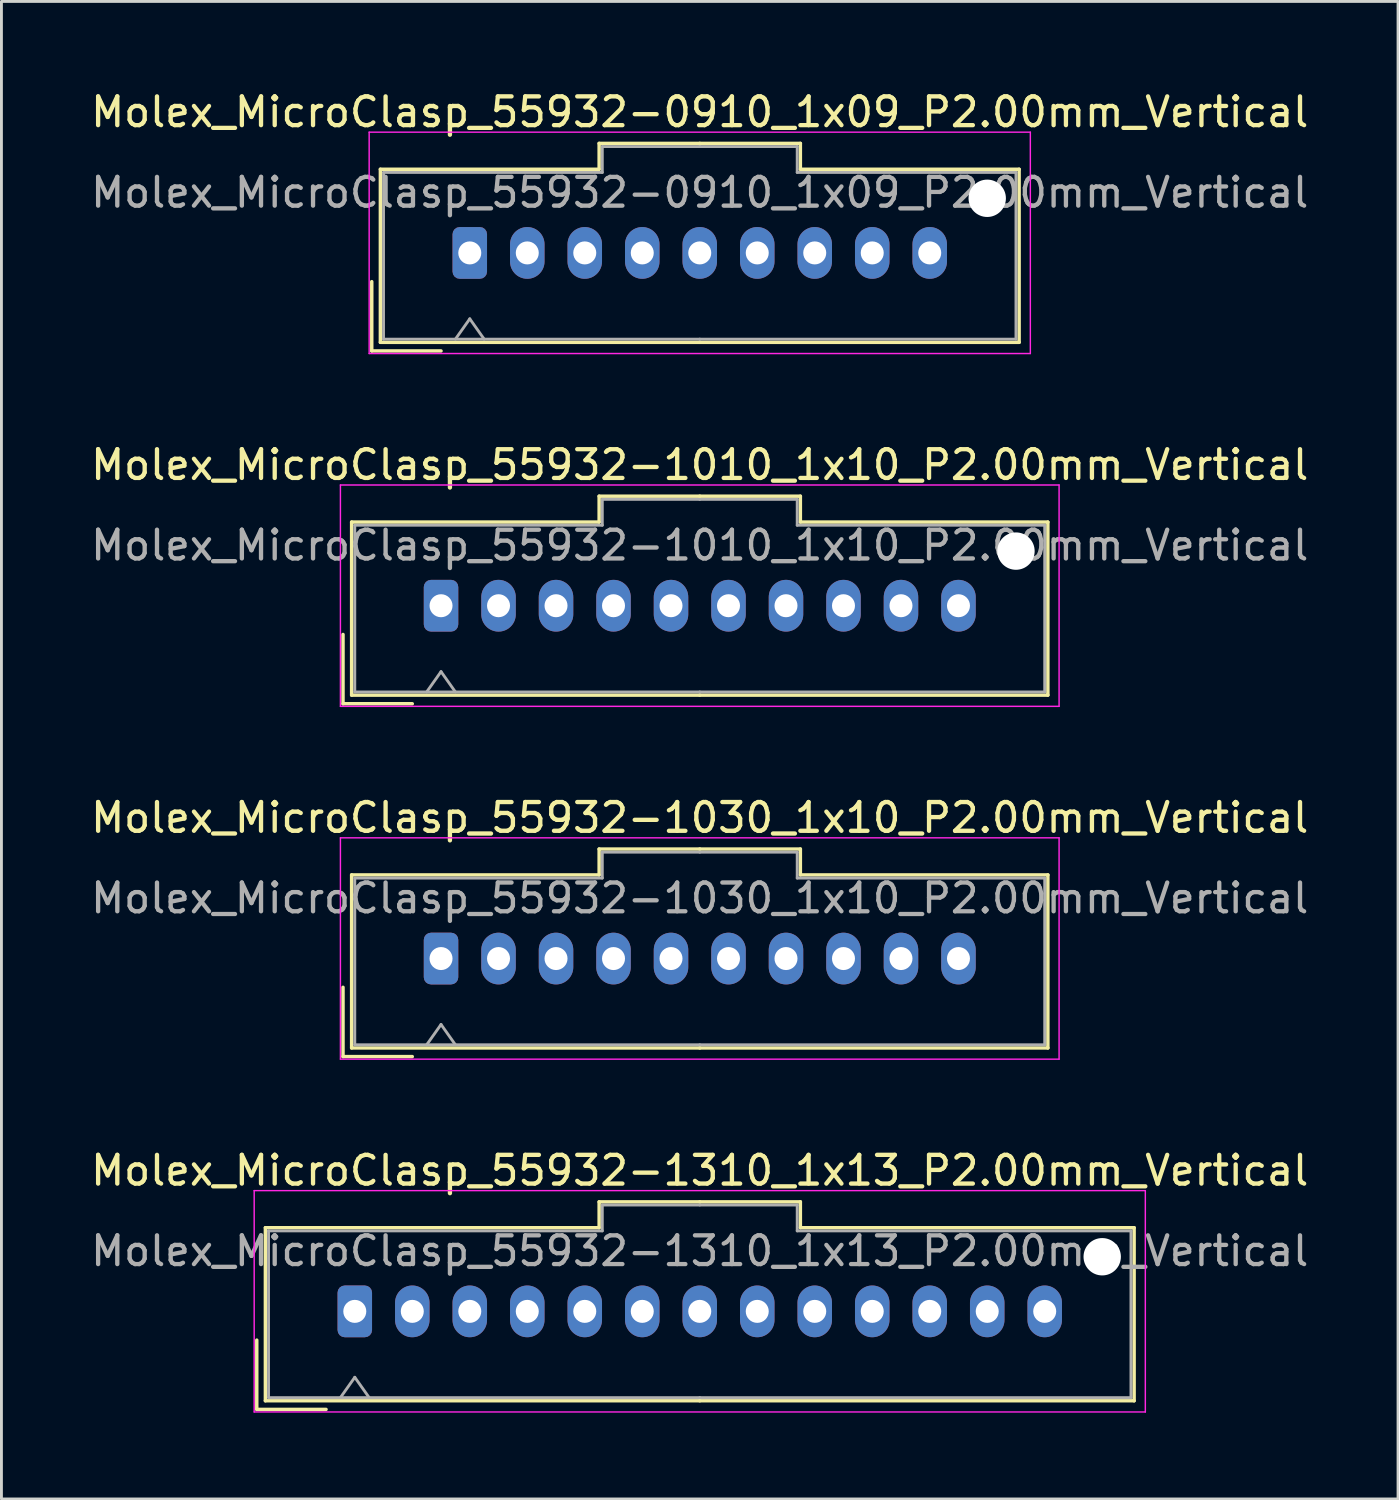
<source format=kicad_pcb>
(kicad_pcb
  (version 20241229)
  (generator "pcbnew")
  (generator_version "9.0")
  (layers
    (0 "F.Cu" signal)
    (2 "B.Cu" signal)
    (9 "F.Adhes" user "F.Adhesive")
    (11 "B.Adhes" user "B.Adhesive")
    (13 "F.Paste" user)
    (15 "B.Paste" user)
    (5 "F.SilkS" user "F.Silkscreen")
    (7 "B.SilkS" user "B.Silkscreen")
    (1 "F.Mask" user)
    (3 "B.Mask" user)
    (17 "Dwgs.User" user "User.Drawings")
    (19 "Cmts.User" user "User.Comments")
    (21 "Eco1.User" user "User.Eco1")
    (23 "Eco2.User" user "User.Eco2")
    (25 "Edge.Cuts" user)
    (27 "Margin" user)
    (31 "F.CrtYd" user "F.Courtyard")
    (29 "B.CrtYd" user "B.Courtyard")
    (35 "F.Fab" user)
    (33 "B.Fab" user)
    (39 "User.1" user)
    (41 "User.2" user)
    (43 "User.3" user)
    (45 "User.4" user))
  (footprint "Molex_MicroClasp_55932-0910_1x09_P2.00mm_Vertical"
    (layer "F.Cu")
    (at 13.292 5.748)
    (property "Reference" "Molex_MicroClasp_55932-0910_1x09_P2.00mm_Vertical" (at 8 -4.9 0) (layer "F.SilkS") (effects (font (size 1 1) (thickness 0.15))))
    (attr through_hole)
    (fp_line (start -3.41 1) (end -3.41 3.41) (stroke (width 0.12) (type solid)) (layer "F.SilkS"))
    (fp_line (start -3.41 3.41) (end -1 3.41) (stroke (width 0.12) (type solid)) (layer "F.SilkS"))
    (fp_line (start -3.11 -2.91) (end -3.11 3.11) (stroke (width 0.12) (type solid)) (layer "F.SilkS"))
    (fp_line (start -3.11 3.11) (end 8 3.11) (stroke (width 0.12) (type solid)) (layer "F.SilkS"))
    (fp_line (start 4.5 -3.81) (end 4.5 -2.91) (stroke (width 0.12) (type solid)) (layer "F.SilkS"))
    (fp_line (start 4.5 -2.91) (end -3.11 -2.91) (stroke (width 0.12) (type solid)) (layer "F.SilkS"))
    (fp_line (start 8 -3.81) (end 4.5 -3.81) (stroke (width 0.12) (type solid)) (layer "F.SilkS"))
    (fp_line (start 8 -3.81) (end 11.5 -3.81) (stroke (width 0.12) (type solid)) (layer "F.SilkS"))
    (fp_line (start 11.5 -3.81) (end 11.5 -2.91) (stroke (width 0.12) (type solid)) (layer "F.SilkS"))
    (fp_line (start 11.5 -2.91) (end 19.11 -2.91) (stroke (width 0.12) (type solid)) (layer "F.SilkS"))
    (fp_line (start 19.11 -2.91) (end 19.11 3.11) (stroke (width 0.12) (type solid)) (layer "F.SilkS"))
    (fp_line (start 19.11 3.11) (end 8 3.11) (stroke (width 0.12) (type solid)) (layer "F.SilkS"))
    (fp_line (start -3.5 -4.2) (end -3.5 3.5) (stroke (width 0.05) (type solid)) (layer "F.CrtYd"))
    (fp_line (start -3.5 3.5) (end 19.5 3.5) (stroke (width 0.05) (type solid)) (layer "F.CrtYd"))
    (fp_line (start 19.5 -4.2) (end -3.5 -4.2) (stroke (width 0.05) (type solid)) (layer "F.CrtYd"))
    (fp_line (start 19.5 3.5) (end 19.5 -4.2) (stroke (width 0.05) (type solid)) (layer "F.CrtYd"))
    (fp_line (start -3 -2.8) (end -3 3) (stroke (width 0.1) (type solid)) (layer "F.Fab"))
    (fp_line (start -3 3) (end 8 3) (stroke (width 0.1) (type solid)) (layer "F.Fab"))
    (fp_line (start -0.5 3) (end 0 2.293) (stroke (width 0.1) (type solid)) (layer "F.Fab"))
    (fp_line (start 0 2.293) (end 0.5 3) (stroke (width 0.1) (type solid)) (layer "F.Fab"))
    (fp_line (start 4.61 -3.7) (end 4.61 -2.8) (stroke (width 0.1) (type solid)) (layer "F.Fab"))
    (fp_line (start 4.61 -2.8) (end -3 -2.8) (stroke (width 0.1) (type solid)) (layer "F.Fab"))
    (fp_line (start 8 -3.7) (end 4.61 -3.7) (stroke (width 0.1) (type solid)) (layer "F.Fab"))
    (fp_line (start 8 -3.7) (end 11.39 -3.7) (stroke (width 0.1) (type solid)) (layer "F.Fab"))
    (fp_line (start 11.39 -3.7) (end 11.39 -2.8) (stroke (width 0.1) (type solid)) (layer "F.Fab"))
    (fp_line (start 11.39 -2.8) (end 19 -2.8) (stroke (width 0.1) (type solid)) (layer "F.Fab"))
    (fp_line (start 19 -2.8) (end 19 3) (stroke (width 0.1) (type solid)) (layer "F.Fab"))
    (fp_line (start 19 3) (end 8 3) (stroke (width 0.1) (type solid)) (layer "F.Fab"))
    (fp_text user "${REFERENCE}" (at 8 -2.1 0) (layer "F.Fab") (effects (font (size 1 1) (thickness 0.15))))
    (pad "" np_thru_hole circle (at 18 -1.9) (size 1.3 1.3) (drill 1.3) (layers "*.Cu" "*.Mask"))
    (pad "1" thru_hole roundrect (at 0 0) (size 1.2 1.8) (drill 0.8) (layers "*.Cu" "*.Mask") (roundrect_rratio 0.208))
    (pad "2" thru_hole oval (at 2 0) (size 1.2 1.8) (drill 0.8) (layers "*.Cu" "*.Mask"))
    (pad "3" thru_hole oval (at 4 0) (size 1.2 1.8) (drill 0.8) (layers "*.Cu" "*.Mask"))
    (pad "4" thru_hole oval (at 6 0) (size 1.2 1.8) (drill 0.8) (layers "*.Cu" "*.Mask"))
    (pad "5" thru_hole oval (at 8 0) (size 1.2 1.8) (drill 0.8) (layers "*.Cu" "*.Mask"))
    (pad "6" thru_hole oval (at 10 0) (size 1.2 1.8) (drill 0.8) (layers "*.Cu" "*.Mask"))
    (pad "7" thru_hole oval (at 12 0) (size 1.2 1.8) (drill 0.8) (layers "*.Cu" "*.Mask"))
    (pad "8" thru_hole oval (at 14 0) (size 1.2 1.8) (drill 0.8) (layers "*.Cu" "*.Mask"))
    (pad "9" thru_hole oval (at 16 0) (size 1.2 1.8) (drill 0.8) (layers "*.Cu" "*.Mask")))
  (footprint "Molex_MicroClasp_55932-1010_1x10_P2.00mm_Vertical"
    (layer "F.Cu")
    (at 12.292 18.021)
    (property "Reference" "Molex_MicroClasp_55932-1010_1x10_P2.00mm_Vertical" (at 9 -4.9 0) (layer "F.SilkS") (effects (font (size 1 1) (thickness 0.15))))
    (attr through_hole)
    (fp_line (start -3.41 1) (end -3.41 3.41) (stroke (width 0.12) (type solid)) (layer "F.SilkS"))
    (fp_line (start -3.41 3.41) (end -1 3.41) (stroke (width 0.12) (type solid)) (layer "F.SilkS"))
    (fp_line (start -3.11 -2.91) (end -3.11 3.11) (stroke (width 0.12) (type solid)) (layer "F.SilkS"))
    (fp_line (start -3.11 3.11) (end 9 3.11) (stroke (width 0.12) (type solid)) (layer "F.SilkS"))
    (fp_line (start 5.5 -3.81) (end 5.5 -2.91) (stroke (width 0.12) (type solid)) (layer "F.SilkS"))
    (fp_line (start 5.5 -2.91) (end -3.11 -2.91) (stroke (width 0.12) (type solid)) (layer "F.SilkS"))
    (fp_line (start 9 -3.81) (end 5.5 -3.81) (stroke (width 0.12) (type solid)) (layer "F.SilkS"))
    (fp_line (start 9 -3.81) (end 12.5 -3.81) (stroke (width 0.12) (type solid)) (layer "F.SilkS"))
    (fp_line (start 12.5 -3.81) (end 12.5 -2.91) (stroke (width 0.12) (type solid)) (layer "F.SilkS"))
    (fp_line (start 12.5 -2.91) (end 21.11 -2.91) (stroke (width 0.12) (type solid)) (layer "F.SilkS"))
    (fp_line (start 21.11 -2.91) (end 21.11 3.11) (stroke (width 0.12) (type solid)) (layer "F.SilkS"))
    (fp_line (start 21.11 3.11) (end 9 3.11) (stroke (width 0.12) (type solid)) (layer "F.SilkS"))
    (fp_line (start -3.5 -4.2) (end -3.5 3.5) (stroke (width 0.05) (type solid)) (layer "F.CrtYd"))
    (fp_line (start -3.5 3.5) (end 21.5 3.5) (stroke (width 0.05) (type solid)) (layer "F.CrtYd"))
    (fp_line (start 21.5 -4.2) (end -3.5 -4.2) (stroke (width 0.05) (type solid)) (layer "F.CrtYd"))
    (fp_line (start 21.5 3.5) (end 21.5 -4.2) (stroke (width 0.05) (type solid)) (layer "F.CrtYd"))
    (fp_line (start -3 -2.8) (end -3 3) (stroke (width 0.1) (type solid)) (layer "F.Fab"))
    (fp_line (start -3 3) (end 9 3) (stroke (width 0.1) (type solid)) (layer "F.Fab"))
    (fp_line (start -0.5 3) (end 0 2.293) (stroke (width 0.1) (type solid)) (layer "F.Fab"))
    (fp_line (start 0 2.293) (end 0.5 3) (stroke (width 0.1) (type solid)) (layer "F.Fab"))
    (fp_line (start 5.61 -3.7) (end 5.61 -2.8) (stroke (width 0.1) (type solid)) (layer "F.Fab"))
    (fp_line (start 5.61 -2.8) (end -3 -2.8) (stroke (width 0.1) (type solid)) (layer "F.Fab"))
    (fp_line (start 9 -3.7) (end 5.61 -3.7) (stroke (width 0.1) (type solid)) (layer "F.Fab"))
    (fp_line (start 9 -3.7) (end 12.39 -3.7) (stroke (width 0.1) (type solid)) (layer "F.Fab"))
    (fp_line (start 12.39 -3.7) (end 12.39 -2.8) (stroke (width 0.1) (type solid)) (layer "F.Fab"))
    (fp_line (start 12.39 -2.8) (end 21 -2.8) (stroke (width 0.1) (type solid)) (layer "F.Fab"))
    (fp_line (start 21 -2.8) (end 21 3) (stroke (width 0.1) (type solid)) (layer "F.Fab"))
    (fp_line (start 21 3) (end 9 3) (stroke (width 0.1) (type solid)) (layer "F.Fab"))
    (fp_text user "${REFERENCE}" (at 9 -2.1 0) (layer "F.Fab") (effects (font (size 1 1) (thickness 0.15))))
    (pad "" np_thru_hole circle (at 20 -1.9) (size 1.3 1.3) (drill 1.3) (layers "*.Cu" "*.Mask"))
    (pad "1" thru_hole roundrect (at 0 0) (size 1.2 1.8) (drill 0.8) (layers "*.Cu" "*.Mask") (roundrect_rratio 0.208))
    (pad "2" thru_hole oval (at 2 0) (size 1.2 1.8) (drill 0.8) (layers "*.Cu" "*.Mask"))
    (pad "3" thru_hole oval (at 4 0) (size 1.2 1.8) (drill 0.8) (layers "*.Cu" "*.Mask"))
    (pad "4" thru_hole oval (at 6 0) (size 1.2 1.8) (drill 0.8) (layers "*.Cu" "*.Mask"))
    (pad "5" thru_hole oval (at 8 0) (size 1.2 1.8) (drill 0.8) (layers "*.Cu" "*.Mask"))
    (pad "6" thru_hole oval (at 10 0) (size 1.2 1.8) (drill 0.8) (layers "*.Cu" "*.Mask"))
    (pad "7" thru_hole oval (at 12 0) (size 1.2 1.8) (drill 0.8) (layers "*.Cu" "*.Mask"))
    (pad "8" thru_hole oval (at 14 0) (size 1.2 1.8) (drill 0.8) (layers "*.Cu" "*.Mask"))
    (pad "9" thru_hole oval (at 16 0) (size 1.2 1.8) (drill 0.8) (layers "*.Cu" "*.Mask"))
    (pad "10" thru_hole oval (at 18 0) (size 1.2 1.8) (drill 0.8) (layers "*.Cu" "*.Mask")))
  (footprint "Molex_MicroClasp_55932-1030_1x10_P2.00mm_Vertical"
    (layer "F.Cu")
    (at 12.292 30.295)
    (property "Reference" "Molex_MicroClasp_55932-1030_1x10_P2.00mm_Vertical" (at 9 -4.9 0) (layer "F.SilkS") (effects (font (size 1 1) (thickness 0.15))))
    (attr through_hole)
    (fp_line (start -3.41 1) (end -3.41 3.41) (stroke (width 0.12) (type solid)) (layer "F.SilkS"))
    (fp_line (start -3.41 3.41) (end -1 3.41) (stroke (width 0.12) (type solid)) (layer "F.SilkS"))
    (fp_line (start -3.11 -2.91) (end -3.11 3.11) (stroke (width 0.12) (type solid)) (layer "F.SilkS"))
    (fp_line (start -3.11 3.11) (end 9 3.11) (stroke (width 0.12) (type solid)) (layer "F.SilkS"))
    (fp_line (start 5.5 -3.81) (end 5.5 -2.91) (stroke (width 0.12) (type solid)) (layer "F.SilkS"))
    (fp_line (start 5.5 -2.91) (end -3.11 -2.91) (stroke (width 0.12) (type solid)) (layer "F.SilkS"))
    (fp_line (start 9 -3.81) (end 5.5 -3.81) (stroke (width 0.12) (type solid)) (layer "F.SilkS"))
    (fp_line (start 9 -3.81) (end 12.5 -3.81) (stroke (width 0.12) (type solid)) (layer "F.SilkS"))
    (fp_line (start 12.5 -3.81) (end 12.5 -2.91) (stroke (width 0.12) (type solid)) (layer "F.SilkS"))
    (fp_line (start 12.5 -2.91) (end 21.11 -2.91) (stroke (width 0.12) (type solid)) (layer "F.SilkS"))
    (fp_line (start 21.11 -2.91) (end 21.11 3.11) (stroke (width 0.12) (type solid)) (layer "F.SilkS"))
    (fp_line (start 21.11 3.11) (end 9 3.11) (stroke (width 0.12) (type solid)) (layer "F.SilkS"))
    (fp_line (start -3.5 -4.2) (end -3.5 3.5) (stroke (width 0.05) (type solid)) (layer "F.CrtYd"))
    (fp_line (start -3.5 3.5) (end 21.5 3.5) (stroke (width 0.05) (type solid)) (layer "F.CrtYd"))
    (fp_line (start 21.5 -4.2) (end -3.5 -4.2) (stroke (width 0.05) (type solid)) (layer "F.CrtYd"))
    (fp_line (start 21.5 3.5) (end 21.5 -4.2) (stroke (width 0.05) (type solid)) (layer "F.CrtYd"))
    (fp_line (start -3 -2.8) (end -3 3) (stroke (width 0.1) (type solid)) (layer "F.Fab"))
    (fp_line (start -3 3) (end 9 3) (stroke (width 0.1) (type solid)) (layer "F.Fab"))
    (fp_line (start -0.5 3) (end 0 2.293) (stroke (width 0.1) (type solid)) (layer "F.Fab"))
    (fp_line (start 0 2.293) (end 0.5 3) (stroke (width 0.1) (type solid)) (layer "F.Fab"))
    (fp_line (start 5.61 -3.7) (end 5.61 -2.8) (stroke (width 0.1) (type solid)) (layer "F.Fab"))
    (fp_line (start 5.61 -2.8) (end -3 -2.8) (stroke (width 0.1) (type solid)) (layer "F.Fab"))
    (fp_line (start 9 -3.7) (end 5.61 -3.7) (stroke (width 0.1) (type solid)) (layer "F.Fab"))
    (fp_line (start 9 -3.7) (end 12.39 -3.7) (stroke (width 0.1) (type solid)) (layer "F.Fab"))
    (fp_line (start 12.39 -3.7) (end 12.39 -2.8) (stroke (width 0.1) (type solid)) (layer "F.Fab"))
    (fp_line (start 12.39 -2.8) (end 21 -2.8) (stroke (width 0.1) (type solid)) (layer "F.Fab"))
    (fp_line (start 21 -2.8) (end 21 3) (stroke (width 0.1) (type solid)) (layer "F.Fab"))
    (fp_line (start 21 3) (end 9 3) (stroke (width 0.1) (type solid)) (layer "F.Fab"))
    (fp_text user "${REFERENCE}" (at 9 -2.1 0) (layer "F.Fab") (effects (font (size 1 1) (thickness 0.15))))
    (pad "1" thru_hole roundrect (at 0 0) (size 1.2 1.8) (drill 0.8) (layers "*.Cu" "*.Mask") (roundrect_rratio 0.208))
    (pad "2" thru_hole oval (at 2 0) (size 1.2 1.8) (drill 0.8) (layers "*.Cu" "*.Mask"))
    (pad "3" thru_hole oval (at 4 0) (size 1.2 1.8) (drill 0.8) (layers "*.Cu" "*.Mask"))
    (pad "4" thru_hole oval (at 6 0) (size 1.2 1.8) (drill 0.8) (layers "*.Cu" "*.Mask"))
    (pad "5" thru_hole oval (at 8 0) (size 1.2 1.8) (drill 0.8) (layers "*.Cu" "*.Mask"))
    (pad "6" thru_hole oval (at 10 0) (size 1.2 1.8) (drill 0.8) (layers "*.Cu" "*.Mask"))
    (pad "7" thru_hole oval (at 12 0) (size 1.2 1.8) (drill 0.8) (layers "*.Cu" "*.Mask"))
    (pad "8" thru_hole oval (at 14 0) (size 1.2 1.8) (drill 0.8) (layers "*.Cu" "*.Mask"))
    (pad "9" thru_hole oval (at 16 0) (size 1.2 1.8) (drill 0.8) (layers "*.Cu" "*.Mask"))
    (pad "10" thru_hole oval (at 18 0) (size 1.2 1.8) (drill 0.8) (layers "*.Cu" "*.Mask")))
  (footprint "Molex_MicroClasp_55932-1310_1x13_P2.00mm_Vertical"
    (layer "F.Cu")
    (at 9.292 42.568)
    (property "Reference" "Molex_MicroClasp_55932-1310_1x13_P2.00mm_Vertical" (at 12 -4.9 0) (layer "F.SilkS") (effects (font (size 1 1) (thickness 0.15))))
    (attr through_hole)
    (fp_line (start -3.41 1) (end -3.41 3.41) (stroke (width 0.12) (type solid)) (layer "F.SilkS"))
    (fp_line (start -3.41 3.41) (end -1 3.41) (stroke (width 0.12) (type solid)) (layer "F.SilkS"))
    (fp_line (start -3.11 -2.91) (end -3.11 3.11) (stroke (width 0.12) (type solid)) (layer "F.SilkS"))
    (fp_line (start -3.11 3.11) (end 12 3.11) (stroke (width 0.12) (type solid)) (layer "F.SilkS"))
    (fp_line (start 8.5 -3.81) (end 8.5 -2.91) (stroke (width 0.12) (type solid)) (layer "F.SilkS"))
    (fp_line (start 8.5 -2.91) (end -3.11 -2.91) (stroke (width 0.12) (type solid)) (layer "F.SilkS"))
    (fp_line (start 12 -3.81) (end 8.5 -3.81) (stroke (width 0.12) (type solid)) (layer "F.SilkS"))
    (fp_line (start 12 -3.81) (end 15.5 -3.81) (stroke (width 0.12) (type solid)) (layer "F.SilkS"))
    (fp_line (start 15.5 -3.81) (end 15.5 -2.91) (stroke (width 0.12) (type solid)) (layer "F.SilkS"))
    (fp_line (start 15.5 -2.91) (end 27.11 -2.91) (stroke (width 0.12) (type solid)) (layer "F.SilkS"))
    (fp_line (start 27.11 -2.91) (end 27.11 3.11) (stroke (width 0.12) (type solid)) (layer "F.SilkS"))
    (fp_line (start 27.11 3.11) (end 12 3.11) (stroke (width 0.12) (type solid)) (layer "F.SilkS"))
    (fp_line (start -3.5 -4.2) (end -3.5 3.5) (stroke (width 0.05) (type solid)) (layer "F.CrtYd"))
    (fp_line (start -3.5 3.5) (end 27.5 3.5) (stroke (width 0.05) (type solid)) (layer "F.CrtYd"))
    (fp_line (start 27.5 -4.2) (end -3.5 -4.2) (stroke (width 0.05) (type solid)) (layer "F.CrtYd"))
    (fp_line (start 27.5 3.5) (end 27.5 -4.2) (stroke (width 0.05) (type solid)) (layer "F.CrtYd"))
    (fp_line (start -3 -2.8) (end -3 3) (stroke (width 0.1) (type solid)) (layer "F.Fab"))
    (fp_line (start -3 3) (end 12 3) (stroke (width 0.1) (type solid)) (layer "F.Fab"))
    (fp_line (start -0.5 3) (end 0 2.293) (stroke (width 0.1) (type solid)) (layer "F.Fab"))
    (fp_line (start 0 2.293) (end 0.5 3) (stroke (width 0.1) (type solid)) (layer "F.Fab"))
    (fp_line (start 8.61 -3.7) (end 8.61 -2.8) (stroke (width 0.1) (type solid)) (layer "F.Fab"))
    (fp_line (start 8.61 -2.8) (end -3 -2.8) (stroke (width 0.1) (type solid)) (layer "F.Fab"))
    (fp_line (start 12 -3.7) (end 8.61 -3.7) (stroke (width 0.1) (type solid)) (layer "F.Fab"))
    (fp_line (start 12 -3.7) (end 15.39 -3.7) (stroke (width 0.1) (type solid)) (layer "F.Fab"))
    (fp_line (start 15.39 -3.7) (end 15.39 -2.8) (stroke (width 0.1) (type solid)) (layer "F.Fab"))
    (fp_line (start 15.39 -2.8) (end 27 -2.8) (stroke (width 0.1) (type solid)) (layer "F.Fab"))
    (fp_line (start 27 -2.8) (end 27 3) (stroke (width 0.1) (type solid)) (layer "F.Fab"))
    (fp_line (start 27 3) (end 12 3) (stroke (width 0.1) (type solid)) (layer "F.Fab"))
    (fp_text user "${REFERENCE}" (at 12 -2.1 0) (layer "F.Fab") (effects (font (size 1 1) (thickness 0.15))))
    (pad "" np_thru_hole circle (at 26 -1.9) (size 1.3 1.3) (drill 1.3) (layers "*.Cu" "*.Mask"))
    (pad "1" thru_hole roundrect (at 0 0) (size 1.2 1.8) (drill 0.8) (layers "*.Cu" "*.Mask") (roundrect_rratio 0.208))
    (pad "2" thru_hole oval (at 2 0) (size 1.2 1.8) (drill 0.8) (layers "*.Cu" "*.Mask"))
    (pad "3" thru_hole oval (at 4 0) (size 1.2 1.8) (drill 0.8) (layers "*.Cu" "*.Mask"))
    (pad "4" thru_hole oval (at 6 0) (size 1.2 1.8) (drill 0.8) (layers "*.Cu" "*.Mask"))
    (pad "5" thru_hole oval (at 8 0) (size 1.2 1.8) (drill 0.8) (layers "*.Cu" "*.Mask"))
    (pad "6" thru_hole oval (at 10 0) (size 1.2 1.8) (drill 0.8) (layers "*.Cu" "*.Mask"))
    (pad "7" thru_hole oval (at 12 0) (size 1.2 1.8) (drill 0.8) (layers "*.Cu" "*.Mask"))
    (pad "8" thru_hole oval (at 14 0) (size 1.2 1.8) (drill 0.8) (layers "*.Cu" "*.Mask"))
    (pad "9" thru_hole oval (at 16 0) (size 1.2 1.8) (drill 0.8) (layers "*.Cu" "*.Mask"))
    (pad "10" thru_hole oval (at 18 0) (size 1.2 1.8) (drill 0.8) (layers "*.Cu" "*.Mask"))
    (pad "11" thru_hole oval (at 20 0) (size 1.2 1.8) (drill 0.8) (layers "*.Cu" "*.Mask"))
    (pad "12" thru_hole oval (at 22 0) (size 1.2 1.8) (drill 0.8) (layers "*.Cu" "*.Mask"))
    (pad "13" thru_hole oval (at 24 0) (size 1.2 1.8) (drill 0.8) (layers "*.Cu" "*.Mask")))
  (gr_rect
    (start -3 -3)
    (end 45.583 49.093)
    (stroke (width 0.1) (type default))
    (fill no)
    (layer "Edge.Cuts")))
</source>
